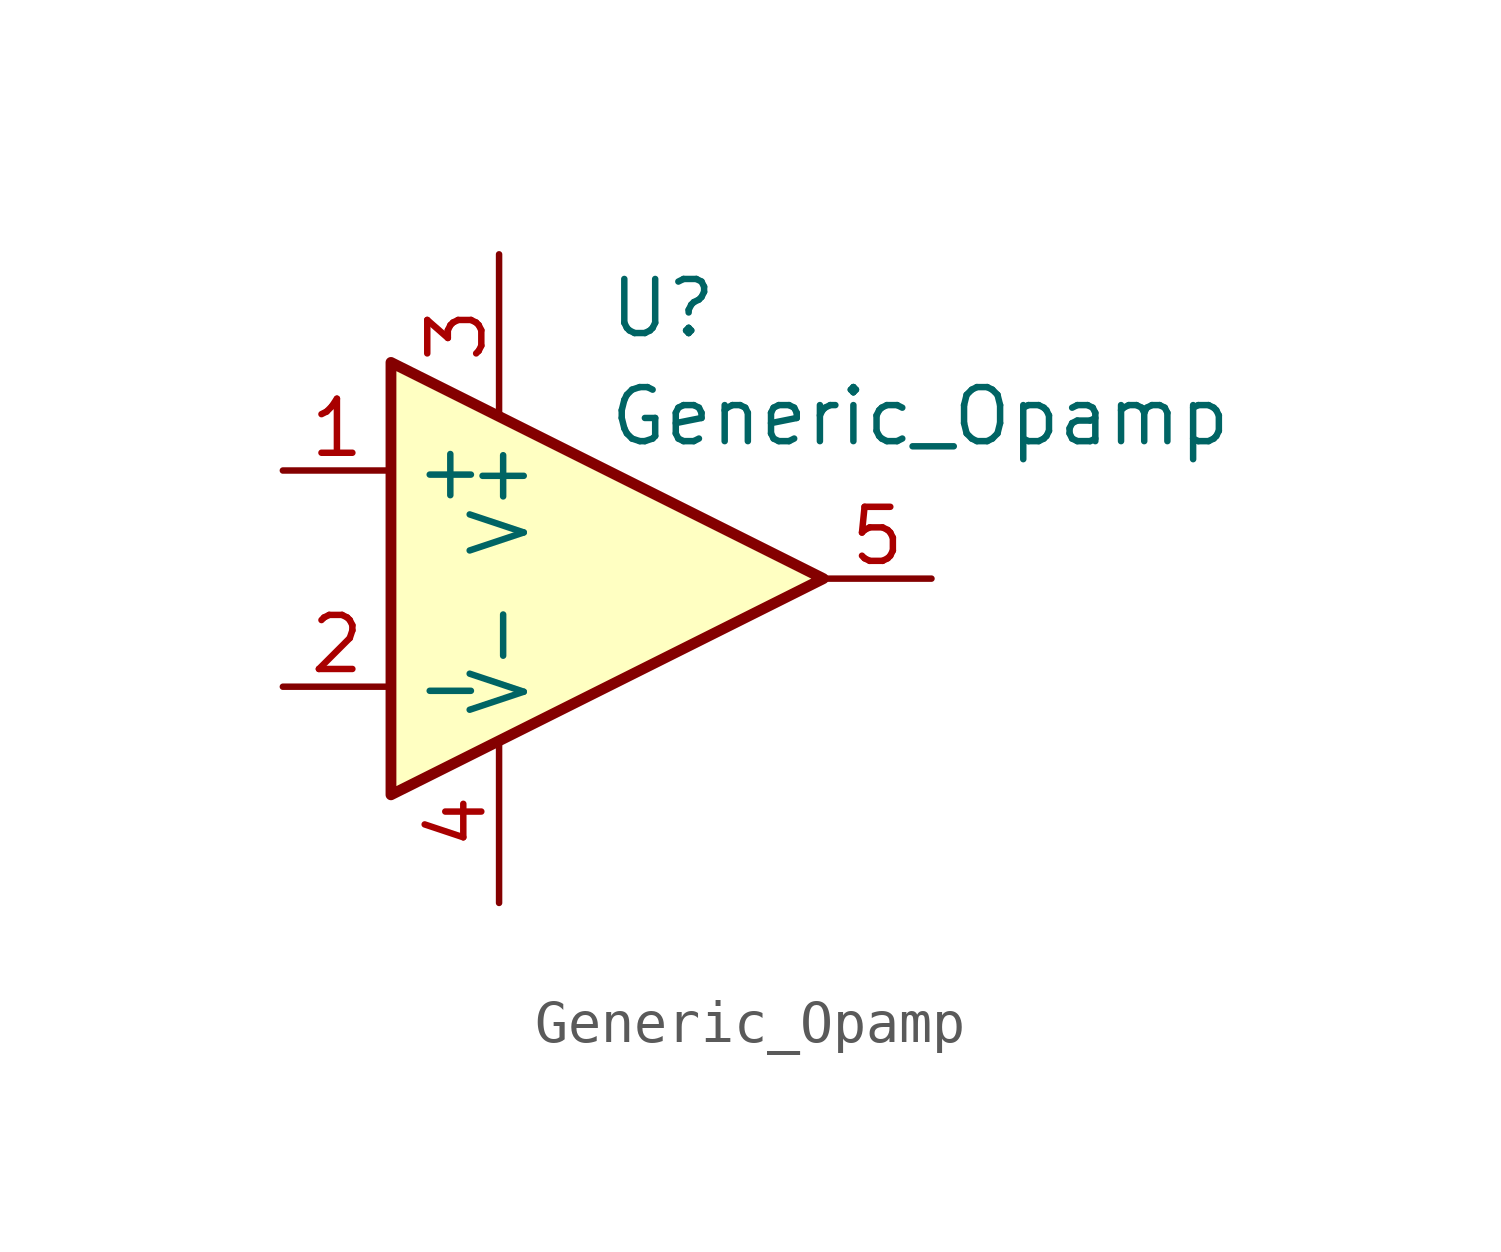
<source format=kicad_sym>
(kicad_symbol_lib
  (version 20220331)
  (generator kicad_symbol_editor)
  (symbol "Generic_Opamp"
    (property "Reference" "U"
      (at 0 6.35 0)
      (effects (font (size 1.27 1.27)) (justify left)))
    (property "Value" "Generic_Opamp"
      (at 0 3.81 0)
      (effects (font (size 1.27 1.27)) (justify left)))
    (property "Footprint" ""
      (at -2.54 -2.54 0)
      (effects (font (size 1.27 1.27))))
    (property "Datasheet" ""
      (at 0 0 0)
      (effects (font (size 1.27 1.27))))
    (symbol "Generic_Opamp_0_1"
      (polyline (pts (xy -5.08 5.08) (xy 5.08 0) (xy -5.08 -5.08) (xy -5.08 5.08)) (stroke (width 0.254) (type default)) (fill (type background))))
    (symbol "Generic_Opamp_1_1"
      (pin input line (at -7.62 2.54 0) (length 2.54) (name "+" (effects (font (size 1.27 1.27)))) (number "1" (effects (font (size 1.27 1.27)))))
      (pin input line (at -7.62 -2.54 0) (length 2.54) (name "-" (effects (font (size 1.27 1.27)))) (number "2" (effects (font (size 1.27 1.27)))))
      (pin power_in line (at -2.54 7.62 270) (length 3.81) (name "V+" (effects (font (size 1.27 1.27)))) (number "3" (effects (font (size 1.27 1.27)))))
      (pin power_in line (at -2.54 -7.62 90) (length 3.81) (name "V-" (effects (font (size 1.27 1.27)))) (number "4" (effects (font (size 1.27 1.27)))))
      (pin output line (at 7.62 0 180) (length 2.54) (name "~" (effects (font (size 1.27 1.27)))) (number "5" (effects (font (size 1.27 1.27))))))))
</source>
